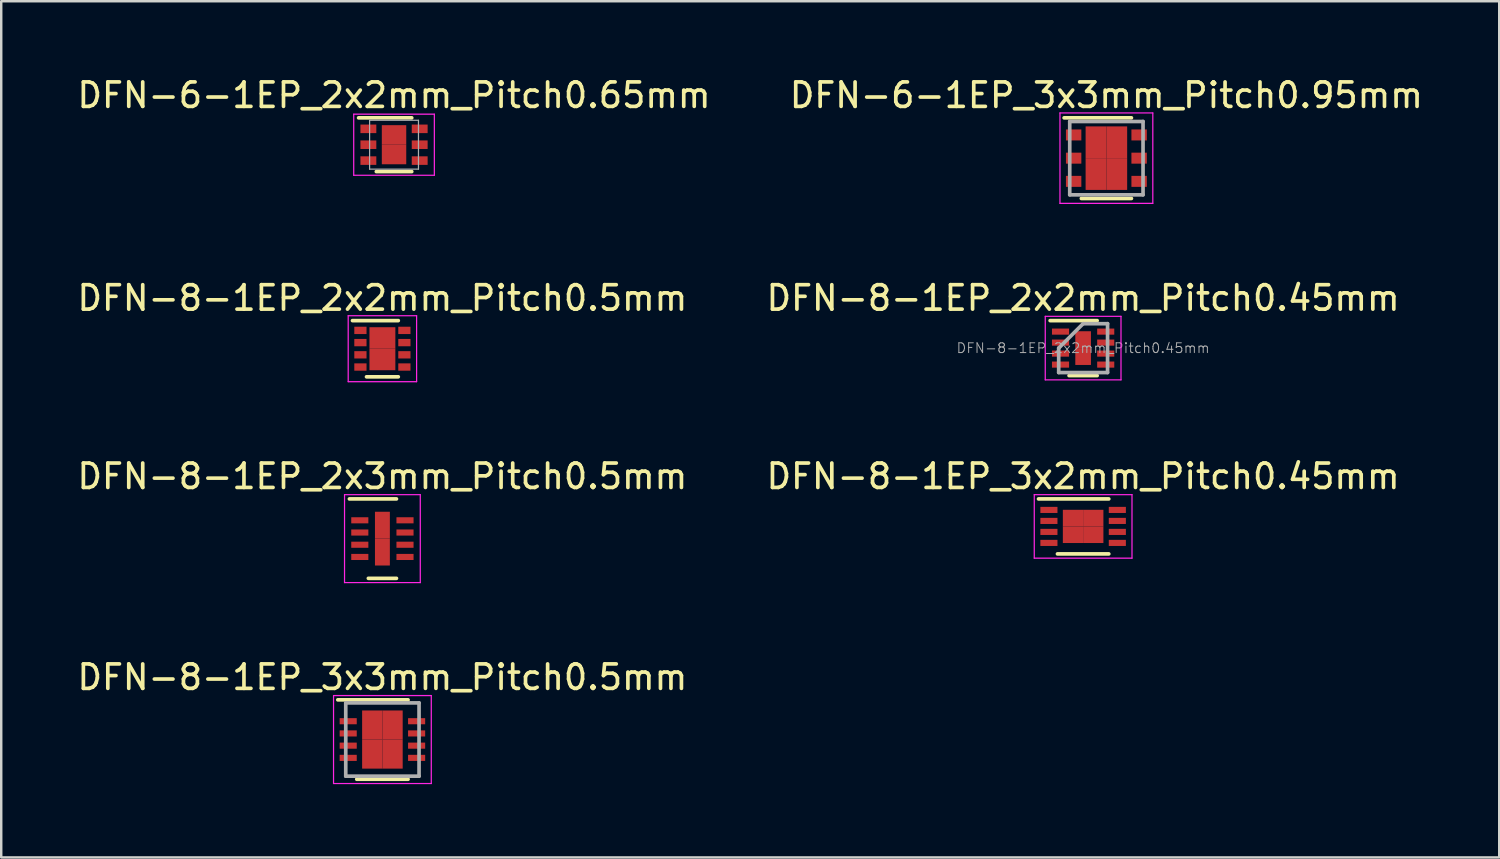
<source format=kicad_pcb>
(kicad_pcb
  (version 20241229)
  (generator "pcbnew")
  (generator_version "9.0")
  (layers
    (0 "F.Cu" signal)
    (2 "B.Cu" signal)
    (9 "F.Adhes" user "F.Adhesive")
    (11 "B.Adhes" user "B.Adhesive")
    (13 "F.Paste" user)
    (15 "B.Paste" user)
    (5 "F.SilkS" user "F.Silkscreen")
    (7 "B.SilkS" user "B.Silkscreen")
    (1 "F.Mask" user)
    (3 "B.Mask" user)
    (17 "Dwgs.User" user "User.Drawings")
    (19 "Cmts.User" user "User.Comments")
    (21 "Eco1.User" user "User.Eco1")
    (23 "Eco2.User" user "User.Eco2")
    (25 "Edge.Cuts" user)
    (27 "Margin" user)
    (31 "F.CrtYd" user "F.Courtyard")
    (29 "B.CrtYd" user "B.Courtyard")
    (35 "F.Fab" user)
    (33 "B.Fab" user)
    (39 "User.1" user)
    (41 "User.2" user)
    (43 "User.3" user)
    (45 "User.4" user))
  (footprint "DFN-8-1EP_2x2mm_Pitch0.45mm"
    (layer "F.Cu")
    (at 41.28 11.197)
    (property "Reference" "DFN-8-1EP_2x2mm_Pitch0.45mm" (at 0 -2.05 0) (layer "F.SilkS") (effects (font (size 1 1) (thickness 0.15))))
    (attr smd)
    (fp_line (start -1.35 -1.125) (end 0.575 -1.125) (stroke (width 0.15) (type solid)) (layer "F.SilkS"))
    (fp_line (start -0.575 1.125) (end 0.575 1.125) (stroke (width 0.15) (type solid)) (layer "F.SilkS"))
    (fp_line (start -1.55 -1.3) (end -1.55 1.3) (stroke (width 0.05) (type solid)) (layer "F.CrtYd"))
    (fp_line (start -1.55 -1.3) (end 1.55 -1.3) (stroke (width 0.05) (type solid)) (layer "F.CrtYd"))
    (fp_line (start -1.55 1.3) (end 1.55 1.3) (stroke (width 0.05) (type solid)) (layer "F.CrtYd"))
    (fp_line (start 1.55 -1.3) (end 1.55 1.3) (stroke (width 0.05) (type solid)) (layer "F.CrtYd"))
    (fp_line (start -1 0) (end 0 -1) (stroke (width 0.15) (type solid)) (layer "F.Fab"))
    (fp_line (start -1 1) (end -1 0) (stroke (width 0.15) (type solid)) (layer "F.Fab"))
    (fp_line (start 0 -1) (end 1 -1) (stroke (width 0.15) (type solid)) (layer "F.Fab"))
    (fp_line (start 1 -1) (end 1 1) (stroke (width 0.15) (type solid)) (layer "F.Fab"))
    (fp_line (start 1 1) (end -1 1) (stroke (width 0.15) (type solid)) (layer "F.Fab"))
    (fp_text user "${REFERENCE}" (at 0 0 0) (layer "F.Fab") (effects (font (size 0.4 0.4) (thickness 0.04))))
    (pad "1" smd rect (at -0.925 -0.675) (size 0.7 0.25) (layers "F.Cu" "F.Mask" "F.Paste"))
    (pad "2" smd rect (at -0.925 -0.225) (size 0.7 0.25) (layers "F.Cu" "F.Mask" "F.Paste"))
    (pad "3" smd rect (at -0.925 0.225) (size 0.7 0.25) (layers "F.Cu" "F.Mask" "F.Paste"))
    (pad "4" smd rect (at -0.925 0.675) (size 0.7 0.25) (layers "F.Cu" "F.Mask" "F.Paste"))
    (pad "5" smd rect (at 0.925 0.675) (size 0.7 0.25) (layers "F.Cu" "F.Mask" "F.Paste"))
    (pad "6" smd rect (at 0.925 0.225) (size 0.7 0.25) (layers "F.Cu" "F.Mask" "F.Paste"))
    (pad "7" smd rect (at 0.925 -0.225) (size 0.7 0.25) (layers "F.Cu" "F.Mask" "F.Paste"))
    (pad "8" smd rect (at 0.925 -0.675) (size 0.7 0.25) (layers "F.Cu" "F.Mask" "F.Paste"))
    (pad "9" smd rect (at 0 -0.345) (size 0.64 0.69) (layers "F.Cu" "F.Mask" "F.Paste"))
    (pad "9" smd rect (at 0 0.345) (size 0.64 0.69) (layers "F.Cu" "F.Mask" "F.Paste")))
  (footprint "DFN-8-1EP_3x3mm_Pitch0.5mm"
    (layer "F.Cu")
    (at 12.601 27.218)
    (property "Reference" "DFN-8-1EP_3x3mm_Pitch0.5mm" (at 0 -2.55 0) (layer "F.SilkS") (effects (font (size 1 1) (thickness 0.15))))
    (attr smd)
    (fp_line (start -1.825 -1.625) (end 1.05 -1.625) (stroke (width 0.15) (type solid)) (layer "F.SilkS"))
    (fp_line (start -1.05 1.625) (end 1.05 1.625) (stroke (width 0.15) (type solid)) (layer "F.SilkS"))
    (fp_line (start -2 -1.8) (end -2 1.8) (stroke (width 0.05) (type solid)) (layer "F.CrtYd"))
    (fp_line (start -2 -1.8) (end 2 -1.8) (stroke (width 0.05) (type solid)) (layer "F.CrtYd"))
    (fp_line (start -2 1.8) (end 2 1.8) (stroke (width 0.05) (type solid)) (layer "F.CrtYd"))
    (fp_line (start 2 -1.8) (end 2 1.8) (stroke (width 0.05) (type solid)) (layer "F.CrtYd"))
    (fp_line (start -1.5 -1.5) (end -1.5 1.5) (stroke (width 0.15) (type solid)) (layer "F.Fab"))
    (fp_line (start -1.5 1.5) (end 1.5 1.5) (stroke (width 0.15) (type solid)) (layer "F.Fab"))
    (fp_line (start 1.5 -1.5) (end -1.5 -1.5) (stroke (width 0.15) (type solid)) (layer "F.Fab"))
    (fp_line (start 1.5 1.5) (end 1.5 -1.5) (stroke (width 0.15) (type solid)) (layer "F.Fab"))
    (pad "1" smd rect (at -1.4 -0.75) (size 0.7 0.25) (layers "F.Cu" "F.Mask" "F.Paste"))
    (pad "2" smd rect (at -1.4 -0.25) (size 0.7 0.25) (layers "F.Cu" "F.Mask" "F.Paste"))
    (pad "3" smd rect (at -1.4 0.25) (size 0.7 0.25) (layers "F.Cu" "F.Mask" "F.Paste"))
    (pad "4" smd rect (at -1.4 0.75) (size 0.7 0.25) (layers "F.Cu" "F.Mask" "F.Paste"))
    (pad "5" smd rect (at 1.4 0.75) (size 0.7 0.25) (layers "F.Cu" "F.Mask" "F.Paste"))
    (pad "6" smd rect (at 1.4 0.25) (size 0.7 0.25) (layers "F.Cu" "F.Mask" "F.Paste"))
    (pad "7" smd rect (at 1.4 -0.25) (size 0.7 0.25) (layers "F.Cu" "F.Mask" "F.Paste"))
    (pad "8" smd rect (at 1.4 -0.75) (size 0.7 0.25) (layers "F.Cu" "F.Mask" "F.Paste"))
    (pad "9" smd rect (at -0.415 -0.595) (size 0.83 1.19) (layers "F.Cu" "F.Mask" "F.Paste"))
    (pad "9" smd rect (at -0.415 0.595) (size 0.83 1.19) (layers "F.Cu" "F.Mask" "F.Paste"))
    (pad "9" smd rect (at 0.415 -0.595) (size 0.83 1.19) (layers "F.Cu" "F.Mask" "F.Paste"))
    (pad "9" smd rect (at 0.415 0.595) (size 0.83 1.19) (layers "F.Cu" "F.Mask" "F.Paste")))
  (footprint "DFN-6-1EP_2x2mm_Pitch0.65mm"
    (layer "F.Cu")
    (at 13.077 2.873)
    (property "Reference" "DFN-6-1EP_2x2mm_Pitch0.65mm" (at 0 -2.025 0) (layer "F.SilkS") (effects (font (size 1 1) (thickness 0.15))))
    (attr smd)
    (fp_line (start -1.45 -1.1) (end 0.725 -1.1) (stroke (width 0.15) (type solid)) (layer "F.SilkS"))
    (fp_line (start -0.725 1.1) (end 0.725 1.1) (stroke (width 0.15) (type solid)) (layer "F.SilkS"))
    (fp_line (start -1.65 -1.25) (end -1.65 1.25) (stroke (width 0.05) (type solid)) (layer "F.CrtYd"))
    (fp_line (start -1.65 -1.25) (end 1.65 -1.25) (stroke (width 0.05) (type solid)) (layer "F.CrtYd"))
    (fp_line (start -1.65 1.25) (end 1.65 1.25) (stroke (width 0.05) (type solid)) (layer "F.CrtYd"))
    (fp_line (start 1.65 -1.25) (end 1.65 1.25) (stroke (width 0.05) (type solid)) (layer "F.CrtYd"))
    (fp_line (start -1 -1) (end 1 -1) (stroke (width 0.05) (type solid)) (layer "F.Fab"))
    (fp_line (start -1 1) (end -1 -1) (stroke (width 0.05) (type solid)) (layer "F.Fab"))
    (fp_line (start 1 -1) (end 1 1) (stroke (width 0.05) (type solid)) (layer "F.Fab"))
    (fp_line (start 1 1) (end -1 1) (stroke (width 0.05) (type solid)) (layer "F.Fab"))
    (pad "1" smd rect (at -1.05 -0.65) (size 0.65 0.35) (layers "F.Cu" "F.Mask" "F.Paste"))
    (pad "2" smd rect (at -1.05 0) (size 0.65 0.35) (layers "F.Cu" "F.Mask" "F.Paste"))
    (pad "3" smd rect (at -1.05 0.65) (size 0.65 0.35) (layers "F.Cu" "F.Mask" "F.Paste"))
    (pad "4" smd rect (at 1.05 0.65) (size 0.65 0.35) (layers "F.Cu" "F.Mask" "F.Paste"))
    (pad "5" smd rect (at 1.05 0) (size 0.65 0.35) (layers "F.Cu" "F.Mask" "F.Paste"))
    (pad "6" smd rect (at 1.05 -0.65) (size 0.65 0.35) (layers "F.Cu" "F.Mask" "F.Paste"))
    (pad "7" smd rect (at 0 -0.4) (size 1 0.8) (layers "F.Cu" "F.Mask" "F.Paste"))
    (pad "7" smd rect (at 0 0.4) (size 1 0.8) (layers "F.Cu" "F.Mask" "F.Paste")))
  (footprint "DFN-6-1EP_3x3mm_Pitch0.95mm"
    (layer "F.Cu")
    (at 42.232 3.423)
    (property "Reference" "DFN-6-1EP_3x3mm_Pitch0.95mm" (at 0 -2.575 0) (layer "F.SilkS") (effects (font (size 1 1) (thickness 0.15))))
    (attr smd)
    (fp_line (start -1.73 -1.65) (end 1.025 -1.65) (stroke (width 0.15) (type solid)) (layer "F.SilkS"))
    (fp_line (start -1.025 1.65) (end 1.025 1.65) (stroke (width 0.15) (type solid)) (layer "F.SilkS"))
    (fp_line (start -1.9 -1.85) (end -1.9 1.85) (stroke (width 0.05) (type solid)) (layer "F.CrtYd"))
    (fp_line (start -1.9 -1.85) (end 1.9 -1.85) (stroke (width 0.05) (type solid)) (layer "F.CrtYd"))
    (fp_line (start -1.9 1.85) (end 1.9 1.85) (stroke (width 0.05) (type solid)) (layer "F.CrtYd"))
    (fp_line (start 1.9 -1.85) (end 1.9 1.85) (stroke (width 0.05) (type solid)) (layer "F.CrtYd"))
    (fp_line (start -1.5 -1.5) (end 1.5 -1.5) (stroke (width 0.15) (type solid)) (layer "F.Fab"))
    (fp_line (start -1.5 1.5) (end -1.5 -1.5) (stroke (width 0.15) (type solid)) (layer "F.Fab"))
    (fp_line (start 1.5 -1.5) (end 1.5 1.5) (stroke (width 0.15) (type solid)) (layer "F.Fab"))
    (fp_line (start 1.5 1.5) (end -1.5 1.5) (stroke (width 0.15) (type solid)) (layer "F.Fab"))
    (pad "1" smd rect (at -1.34 -0.95) (size 0.63 0.45) (layers "F.Cu" "F.Mask" "F.Paste"))
    (pad "2" smd rect (at -1.34 0) (size 0.63 0.45) (layers "F.Cu" "F.Mask" "F.Paste"))
    (pad "3" smd rect (at -1.34 0.95) (size 0.63 0.45) (layers "F.Cu" "F.Mask" "F.Paste"))
    (pad "4" smd rect (at 1.34 0.95) (size 0.63 0.45) (layers "F.Cu" "F.Mask" "F.Paste"))
    (pad "5" smd rect (at 1.34 0) (size 0.63 0.45) (layers "F.Cu" "F.Mask" "F.Paste"))
    (pad "6" smd rect (at 1.34 -0.95) (size 0.63 0.45) (layers "F.Cu" "F.Mask" "F.Paste"))
    (pad "7" smd rect (at -0.425 -0.65) (size 0.85 1.3) (layers "F.Cu" "F.Mask" "F.Paste"))
    (pad "7" smd rect (at -0.425 0.65) (size 0.85 1.3) (layers "F.Cu" "F.Mask" "F.Paste"))
    (pad "7" smd rect (at 0.425 -0.65) (size 0.85 1.3) (layers "F.Cu" "F.Mask" "F.Paste"))
    (pad "7" smd rect (at 0.425 0.65) (size 0.85 1.3) (layers "F.Cu" "F.Mask" "F.Paste")))
  (footprint "DFN-8-1EP_3x2mm_Pitch0.45mm"
    (layer "F.Cu")
    (at 41.28 18.495)
    (property "Reference" "DFN-8-1EP_3x2mm_Pitch0.45mm" (at 0 -2.05 0) (layer "F.SilkS") (effects (font (size 1 1) (thickness 0.15))))
    (attr smd)
    (fp_line (start -1.825 -1.125) (end 1.05 -1.125) (stroke (width 0.15) (type solid)) (layer "F.SilkS"))
    (fp_line (start -1.05 1.125) (end 1.05 1.125) (stroke (width 0.15) (type solid)) (layer "F.SilkS"))
    (fp_line (start -2 -1.3) (end -2 1.3) (stroke (width 0.05) (type solid)) (layer "F.CrtYd"))
    (fp_line (start -2 -1.3) (end 2 -1.3) (stroke (width 0.05) (type solid)) (layer "F.CrtYd"))
    (fp_line (start -2 1.3) (end 2 1.3) (stroke (width 0.05) (type solid)) (layer "F.CrtYd"))
    (fp_line (start 2 -1.3) (end 2 1.3) (stroke (width 0.05) (type solid)) (layer "F.CrtYd"))
    (pad "1" smd rect (at -1.4 -0.675) (size 0.7 0.25) (layers "F.Cu" "F.Mask" "F.Paste"))
    (pad "2" smd rect (at -1.4 -0.225) (size 0.7 0.25) (layers "F.Cu" "F.Mask" "F.Paste"))
    (pad "3" smd rect (at -1.4 0.225) (size 0.7 0.25) (layers "F.Cu" "F.Mask" "F.Paste"))
    (pad "4" smd rect (at -1.4 0.675) (size 0.7 0.25) (layers "F.Cu" "F.Mask" "F.Paste"))
    (pad "5" smd rect (at 1.4 0.675) (size 0.7 0.25) (layers "F.Cu" "F.Mask" "F.Paste"))
    (pad "6" smd rect (at 1.4 0.225) (size 0.7 0.25) (layers "F.Cu" "F.Mask" "F.Paste"))
    (pad "7" smd rect (at 1.4 -0.225) (size 0.7 0.25) (layers "F.Cu" "F.Mask" "F.Paste"))
    (pad "8" smd rect (at 1.4 -0.675) (size 0.7 0.25) (layers "F.Cu" "F.Mask" "F.Paste"))
    (pad "9" smd rect (at -0.415 -0.34) (size 0.83 0.68) (layers "F.Cu" "F.Mask" "F.Paste"))
    (pad "9" smd rect (at -0.415 0.34) (size 0.83 0.68) (layers "F.Cu" "F.Mask" "F.Paste"))
    (pad "9" smd rect (at 0.415 -0.34) (size 0.83 0.68) (layers "F.Cu" "F.Mask" "F.Paste"))
    (pad "9" smd rect (at 0.415 0.34) (size 0.83 0.68) (layers "F.Cu" "F.Mask" "F.Paste")))
  (footprint "DFN-8-1EP_2x2mm_Pitch0.5mm"
    (layer "F.Cu")
    (at 12.601 11.222)
    (property "Reference" "DFN-8-1EP_2x2mm_Pitch0.5mm" (at 0 -2.075 0) (layer "F.SilkS") (effects (font (size 1 1) (thickness 0.15))))
    (attr smd)
    (fp_line (start -1.225 -1.15) (end 0.65 -1.15) (stroke (width 0.15) (type solid)) (layer "F.SilkS"))
    (fp_line (start -0.65 1.15) (end 0.65 1.15) (stroke (width 0.15) (type solid)) (layer "F.SilkS"))
    (fp_line (start -1.4 -1.35) (end -1.4 1.35) (stroke (width 0.05) (type solid)) (layer "F.CrtYd"))
    (fp_line (start -1.4 -1.35) (end 1.4 -1.35) (stroke (width 0.05) (type solid)) (layer "F.CrtYd"))
    (fp_line (start -1.4 1.35) (end 1.4 1.35) (stroke (width 0.05) (type solid)) (layer "F.CrtYd"))
    (fp_line (start 1.4 -1.35) (end 1.4 1.35) (stroke (width 0.05) (type solid)) (layer "F.CrtYd"))
    (pad "1" smd rect (at -0.9 -0.75) (size 0.5 0.3) (layers "F.Cu" "F.Mask" "F.Paste"))
    (pad "2" smd rect (at -0.9 -0.25) (size 0.5 0.3) (layers "F.Cu" "F.Mask" "F.Paste"))
    (pad "3" smd rect (at -0.9 0.25) (size 0.5 0.3) (layers "F.Cu" "F.Mask" "F.Paste"))
    (pad "4" smd rect (at -0.9 0.75) (size 0.5 0.3) (layers "F.Cu" "F.Mask" "F.Paste"))
    (pad "5" smd rect (at 0.9 0.75) (size 0.5 0.3) (layers "F.Cu" "F.Mask" "F.Paste"))
    (pad "6" smd rect (at 0.9 0.25) (size 0.5 0.3) (layers "F.Cu" "F.Mask" "F.Paste"))
    (pad "7" smd rect (at 0.9 -0.25) (size 0.5 0.3) (layers "F.Cu" "F.Mask" "F.Paste"))
    (pad "8" smd rect (at 0.9 -0.75) (size 0.5 0.3) (layers "F.Cu" "F.Mask" "F.Paste"))
    (pad "9" smd rect (at 0 -0.44) (size 1.06 0.88) (layers "F.Cu" "F.Mask" "F.Paste"))
    (pad "9" smd rect (at 0 0.44) (size 1.06 0.88) (layers "F.Cu" "F.Mask" "F.Paste")))
  (footprint "DFN-8-1EP_2x3mm_Pitch0.5mm"
    (layer "F.Cu")
    (at 12.601 18.995)
    (property "Reference" "DFN-8-1EP_2x3mm_Pitch0.5mm" (at 0 -2.55 0) (layer "F.SilkS") (effects (font (size 1 1) (thickness 0.15))))
    (attr smd)
    (fp_line (start -1.35 -1.625) (end 0.575 -1.625) (stroke (width 0.15) (type solid)) (layer "F.SilkS"))
    (fp_line (start -0.575 1.625) (end 0.575 1.625) (stroke (width 0.15) (type solid)) (layer "F.SilkS"))
    (fp_line (start -1.55 -1.8) (end -1.55 1.8) (stroke (width 0.05) (type solid)) (layer "F.CrtYd"))
    (fp_line (start -1.55 -1.8) (end 1.55 -1.8) (stroke (width 0.05) (type solid)) (layer "F.CrtYd"))
    (fp_line (start -1.55 1.8) (end 1.55 1.8) (stroke (width 0.05) (type solid)) (layer "F.CrtYd"))
    (fp_line (start 1.55 -1.8) (end 1.55 1.8) (stroke (width 0.05) (type solid)) (layer "F.CrtYd"))
    (pad "1" smd rect (at -0.925 -0.75) (size 0.7 0.25) (layers "F.Cu" "F.Mask" "F.Paste"))
    (pad "2" smd rect (at -0.925 -0.25) (size 0.7 0.25) (layers "F.Cu" "F.Mask" "F.Paste"))
    (pad "3" smd rect (at -0.925 0.25) (size 0.7 0.25) (layers "F.Cu" "F.Mask" "F.Paste"))
    (pad "4" smd rect (at -0.925 0.75) (size 0.7 0.25) (layers "F.Cu" "F.Mask" "F.Paste"))
    (pad "5" smd rect (at 0.925 0.75) (size 0.7 0.25) (layers "F.Cu" "F.Mask" "F.Paste"))
    (pad "6" smd rect (at 0.925 0.25) (size 0.7 0.25) (layers "F.Cu" "F.Mask" "F.Paste"))
    (pad "7" smd rect (at 0.925 -0.25) (size 0.7 0.25) (layers "F.Cu" "F.Mask" "F.Paste"))
    (pad "8" smd rect (at 0.925 -0.75) (size 0.7 0.25) (layers "F.Cu" "F.Mask" "F.Paste"))
    (pad "9" smd rect (at 0 -0.55) (size 0.61 1.1) (layers "F.Cu" "F.Mask" "F.Paste"))
    (pad "9" smd rect (at 0 0.55) (size 0.61 1.1) (layers "F.Cu" "F.Mask" "F.Paste")))
  (gr_rect
    (start -3 -3)
    (end 58.31 32.043)
    (stroke (width 0.1) (type default))
    (fill no)
    (layer "Edge.Cuts")))
</source>
